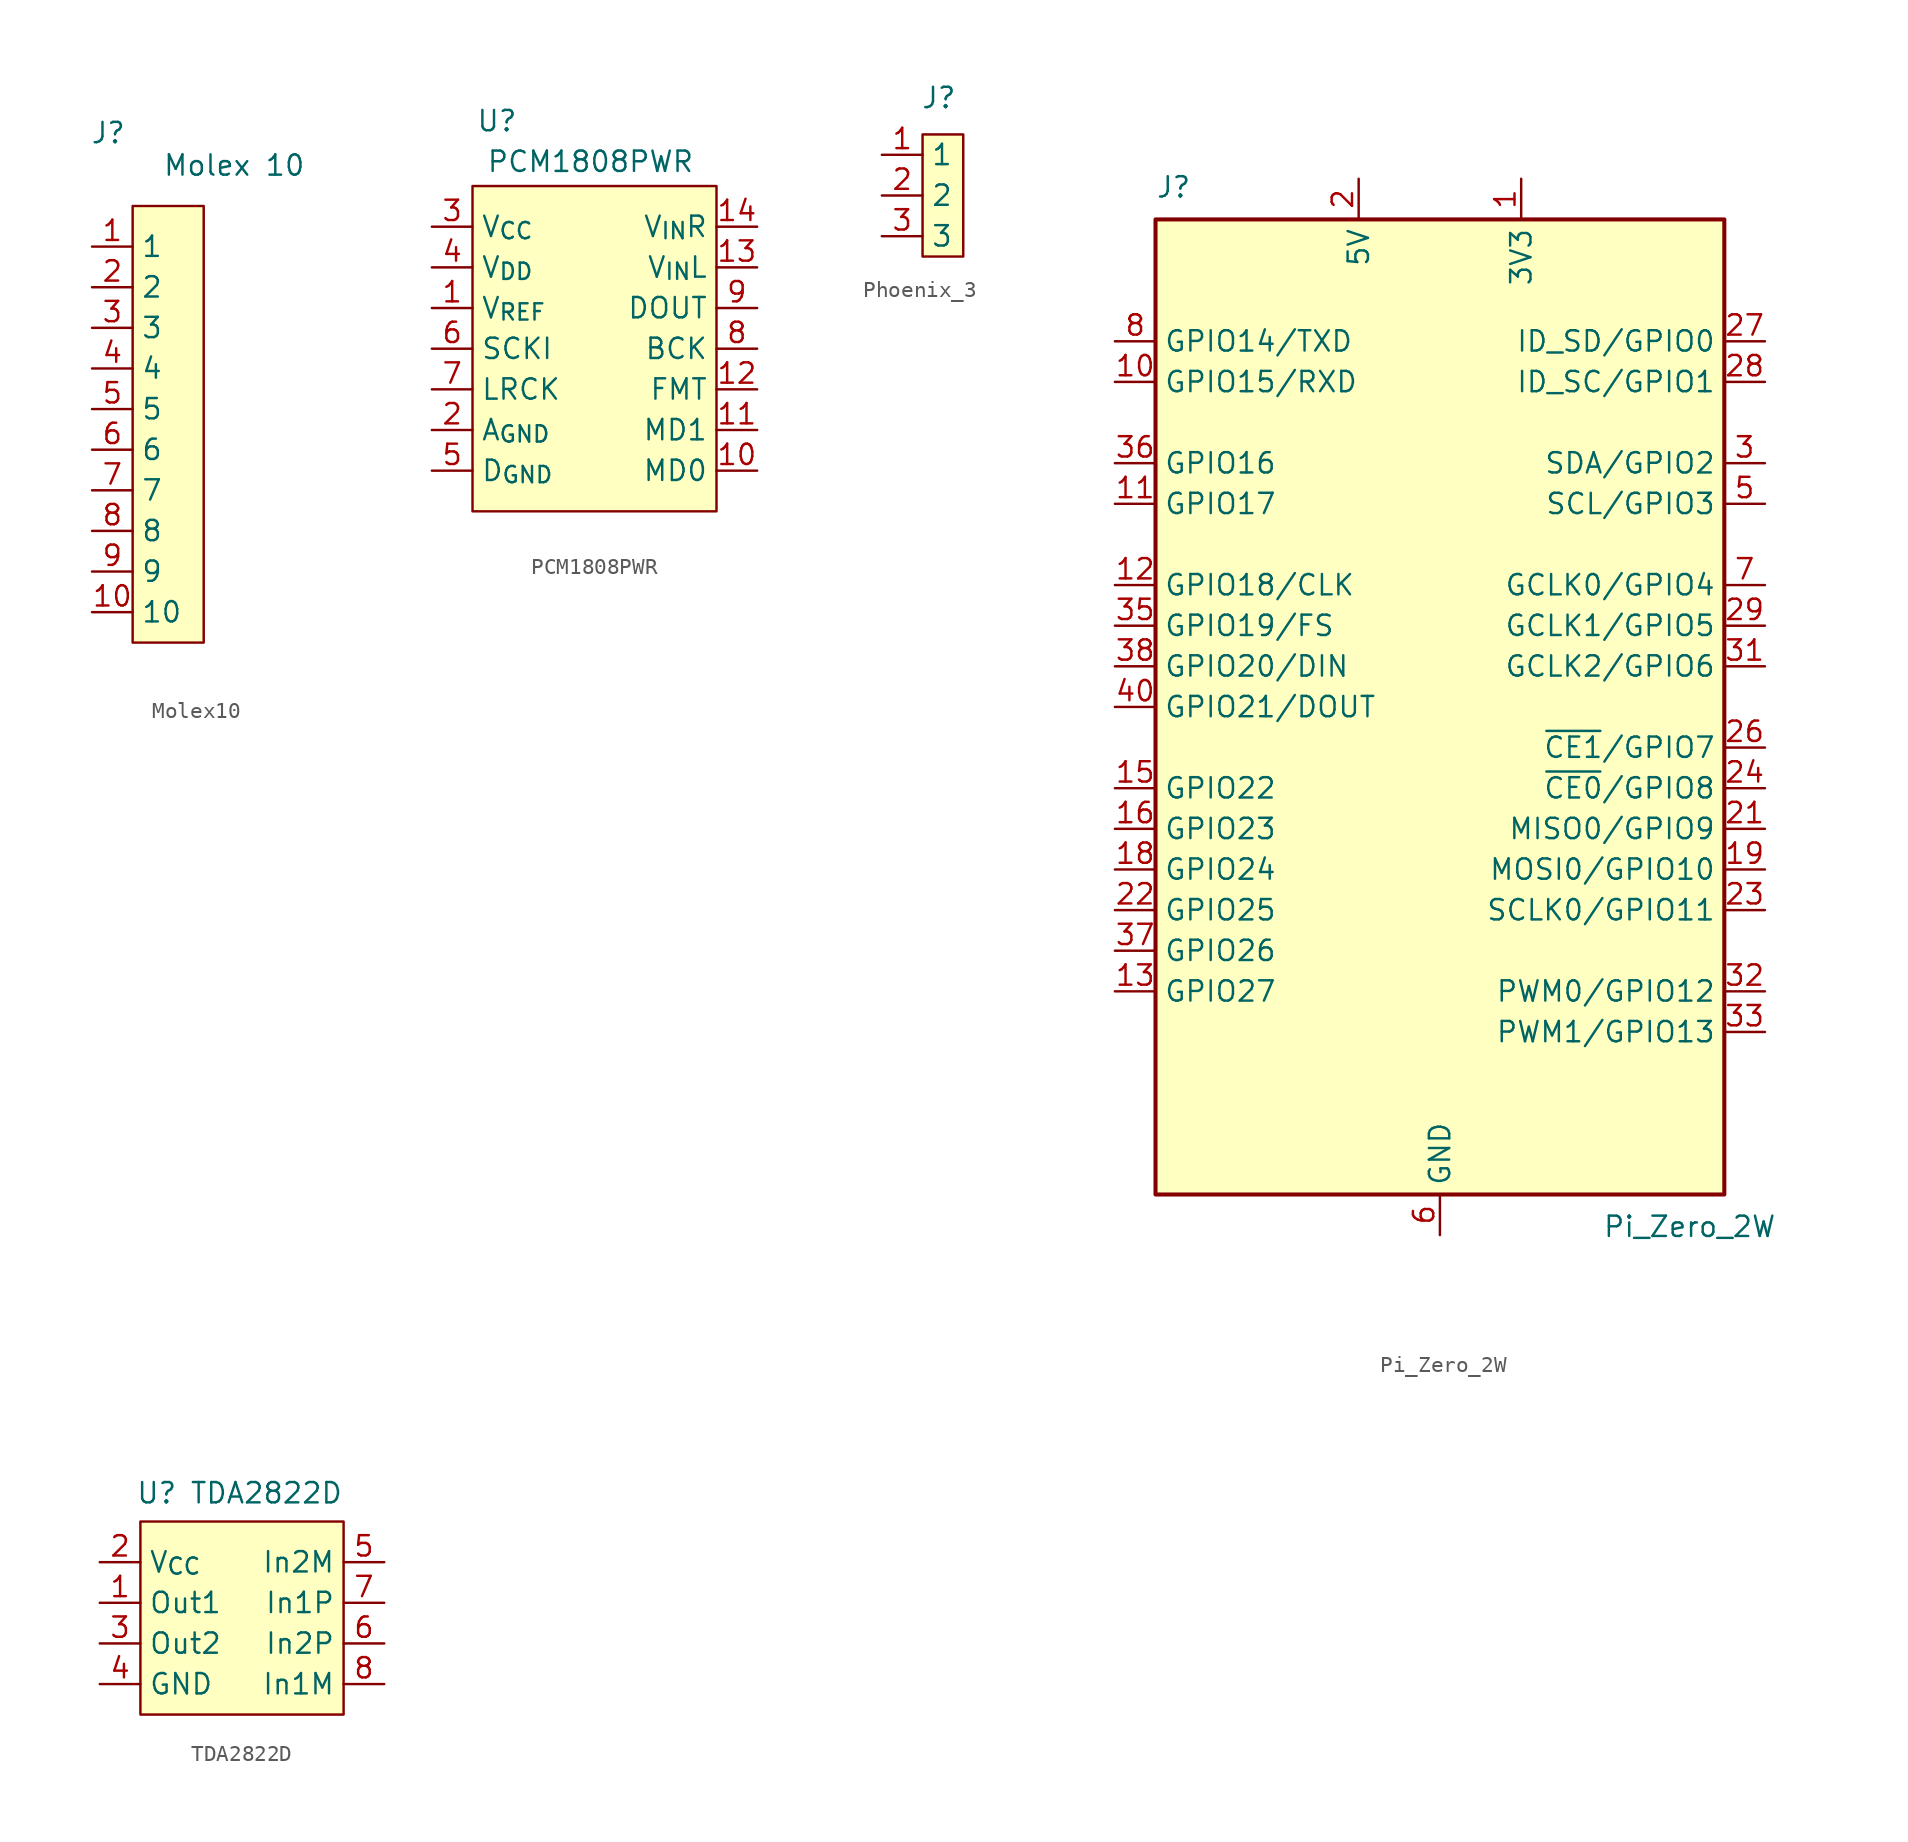
<source format=kicad_sym>
(kicad_symbol_lib
  (version 20241209)
  (generator "kicad_symbol_editor")
  (generator_version "9.0")
  (symbol "Molex10"
    (property "Reference" "J"
      (at -2.794 18.542 0)
      (effects (font (size 1.27 1.27))))
    (property "Value" "Molex 10"
      (at 5.08 16.51 0)
      (effects (font (size 1.27 1.27))))
    (symbol "Molex10_1_1"
      (rectangle (start -1.27 13.97) (end 3.175 -13.335) (stroke (width 0) (type solid)) (fill (type background)))
      (pin passive line (at -3.81 11.43 0) (length 2.54) (name "1" (effects (font (size 1.27 1.27)))) (number "1" (effects (font (size 1.27 1.27)))))
      (pin passive line (at -3.81 8.89 0) (length 2.54) (name "2" (effects (font (size 1.27 1.27)))) (number "2" (effects (font (size 1.27 1.27)))))
      (pin passive line (at -3.81 6.35 0) (length 2.54) (name "3" (effects (font (size 1.27 1.27)))) (number "3" (effects (font (size 1.27 1.27)))))
      (pin passive line (at -3.81 3.81 0) (length 2.54) (name "4" (effects (font (size 1.27 1.27)))) (number "4" (effects (font (size 1.27 1.27)))))
      (pin passive line (at -3.81 1.27 0) (length 2.54) (name "5" (effects (font (size 1.27 1.27)))) (number "5" (effects (font (size 1.27 1.27)))))
      (pin passive line (at -3.81 -1.27 0) (length 2.54) (name "6" (effects (font (size 1.27 1.27)))) (number "6" (effects (font (size 1.27 1.27)))))
      (pin passive line (at -3.81 -3.81 0) (length 2.54) (name "7" (effects (font (size 1.27 1.27)))) (number "7" (effects (font (size 1.27 1.27)))))
      (pin passive line (at -3.81 -6.35 0) (length 2.54) (name "8" (effects (font (size 1.27 1.27)))) (number "8" (effects (font (size 1.27 1.27)))))
      (pin passive line (at -3.81 -8.89 0) (length 2.54) (name "9" (effects (font (size 1.27 1.27)))) (number "9" (effects (font (size 1.27 1.27)))))
      (pin passive line (at -3.81 -11.43 0) (length 2.54) (name "10" (effects (font (size 1.27 1.27)))) (number "10" (effects (font (size 1.27 1.27)))))))
  (symbol "PCM1808PWR"
    (property "Reference" "U"
      (at -6.096 14.224 0)
      (effects (font (size 1.27 1.27))))
    (property "Value" "PCM1808PWR"
      (at -0.254 11.684 0)
      (effects (font (size 1.27 1.27))))
    (symbol "PCM1808PWR_1_1"
      (rectangle (start -7.62 10.16) (end 7.62 -10.16) (stroke (width 0) (type solid)) (fill (type background)))
      (pin passive line (at -10.16 7.62 0) (length 2.54) (name "V_{CC}" (effects (font (size 1.27 1.27)))) (number "3" (effects (font (size 1.27 1.27)))))
      (pin passive line (at -10.16 5.08 0) (length 2.54) (name "V_{DD}" (effects (font (size 1.27 1.27)))) (number "4" (effects (font (size 1.27 1.27)))))
      (pin passive line (at -10.16 2.54 0) (length 2.54) (name "V_{REF}" (effects (font (size 1.27 1.27)))) (number "1" (effects (font (size 1.27 1.27)))))
      (pin passive line (at -10.16 0 0) (length 2.54) (name "SCKI" (effects (font (size 1.27 1.27)))) (number "6" (effects (font (size 1.27 1.27)))))
      (pin passive line (at -10.16 -2.54 0) (length 2.54) (name "LRCK" (effects (font (size 1.27 1.27)))) (number "7" (effects (font (size 1.27 1.27)))))
      (pin passive line (at -10.16 -5.08 0) (length 2.54) (name "A_{GND}" (effects (font (size 1.27 1.27)))) (number "2" (effects (font (size 1.27 1.27)))))
      (pin passive line (at -10.16 -7.62 0) (length 2.54) (name "D_{GND}" (effects (font (size 1.27 1.27)))) (number "5" (effects (font (size 1.27 1.27)))))
      (pin passive line (at 10.16 7.62 180) (length 2.54) (name "V_{IN}R" (effects (font (size 1.27 1.27)))) (number "14" (effects (font (size 1.27 1.27)))))
      (pin passive line (at 10.16 5.08 180) (length 2.54) (name "V_{IN}L" (effects (font (size 1.27 1.27)))) (number "13" (effects (font (size 1.27 1.27)))))
      (pin passive line (at 10.16 2.54 180) (length 2.54) (name "DOUT" (effects (font (size 1.27 1.27)))) (number "9" (effects (font (size 1.27 1.27)))))
      (pin passive line (at 10.16 0 180) (length 2.54) (name "BCK" (effects (font (size 1.27 1.27)))) (number "8" (effects (font (size 1.27 1.27)))))
      (pin passive line (at 10.16 -2.54 180) (length 2.54) (name "FMT" (effects (font (size 1.27 1.27)))) (number "12" (effects (font (size 1.27 1.27)))))
      (pin passive line (at 10.16 -5.08 180) (length 2.54) (name "MD1" (effects (font (size 1.27 1.27)))) (number "11" (effects (font (size 1.27 1.27)))))
      (pin passive line (at 10.16 -7.62 180) (length 2.54) (name "MD0" (effects (font (size 1.27 1.27)))) (number "10" (effects (font (size 1.27 1.27)))))))
  (symbol "Phoenix_3"
    (property "Reference" "J"
      (at 1.016 6.096 0)
      (effects (font (size 1.27 1.27))))
    (property "Value" ""
      (at 0 0 0)
      (effects (font (size 1.27 1.27))))
    (symbol "Phoenix_3_1_1"
      (rectangle (start 0 3.81) (end 2.54 -3.81) (stroke (width 0) (type solid)) (fill (type background)))
      (pin passive line (at -2.54 2.54 0) (length 2.54) (name "1" (effects (font (size 1.27 1.27)))) (number "1" (effects (font (size 1.27 1.27)))))
      (pin passive line (at -2.54 0 0) (length 2.54) (name "2" (effects (font (size 1.27 1.27)))) (number "2" (effects (font (size 1.27 1.27)))))
      (pin passive line (at -2.54 -2.54 0) (length 2.54) (name "3" (effects (font (size 1.27 1.27)))) (number "3" (effects (font (size 1.27 1.27)))))))
  (symbol "Pi_Zero_2W"
    (property "Reference" "J"
      (at -17.78 31.75 0)
      (effects (font (size 1.27 1.27)) (justify left bottom)))
    (property "Value" "Pi_Zero_2W"
      (at 10.16 -31.75 0)
      (effects (font (size 1.27 1.27)) (justify left top)))
    (symbol "Pi_Zero_2W_0_1"
      (rectangle (start -17.78 30.48) (end 17.78 -30.48) (stroke (width 0.254) (type default)) (fill (type background))))
    (symbol "Pi_Zero_2W_1_1"
      (pin bidirectional line (at -20.32 22.86 0) (length 2.54) (name "GPIO14/TXD" (effects (font (size 1.27 1.27)))) (number "8" (effects (font (size 1.27 1.27)))))
      (pin bidirectional line (at -20.32 20.32 0) (length 2.54) (name "GPIO15/RXD" (effects (font (size 1.27 1.27)))) (number "10" (effects (font (size 1.27 1.27)))))
      (pin bidirectional line (at -20.32 15.24 0) (length 2.54) (name "GPIO16" (effects (font (size 1.27 1.27)))) (number "36" (effects (font (size 1.27 1.27)))))
      (pin bidirectional line (at -20.32 12.7 0) (length 2.54) (name "GPIO17" (effects (font (size 1.27 1.27)))) (number "11" (effects (font (size 1.27 1.27)))))
      (pin bidirectional line (at -20.32 7.62 0) (length 2.54) (name "GPIO18/CLK" (effects (font (size 1.27 1.27)))) (number "12" (effects (font (size 1.27 1.27)))))
      (pin bidirectional line (at -20.32 5.08 0) (length 2.54) (name "GPIO19/FS" (effects (font (size 1.27 1.27)))) (number "35" (effects (font (size 1.27 1.27)))))
      (pin bidirectional line (at -20.32 2.54 0) (length 2.54) (name "GPIO20/DIN" (effects (font (size 1.27 1.27)))) (number "38" (effects (font (size 1.27 1.27)))))
      (pin bidirectional line (at -20.32 0 0) (length 2.54) (name "GPIO21/DOUT" (effects (font (size 1.27 1.27)))) (number "40" (effects (font (size 1.27 1.27)))))
      (pin bidirectional line (at -20.32 -5.08 0) (length 2.54) (name "GPIO22" (effects (font (size 1.27 1.27)))) (number "15" (effects (font (size 1.27 1.27)))))
      (pin bidirectional line (at -20.32 -7.62 0) (length 2.54) (name "GPIO23" (effects (font (size 1.27 1.27)))) (number "16" (effects (font (size 1.27 1.27)))))
      (pin bidirectional line (at -20.32 -10.16 0) (length 2.54) (name "GPIO24" (effects (font (size 1.27 1.27)))) (number "18" (effects (font (size 1.27 1.27)))))
      (pin bidirectional line (at -20.32 -12.7 0) (length 2.54) (name "GPIO25" (effects (font (size 1.27 1.27)))) (number "22" (effects (font (size 1.27 1.27)))))
      (pin bidirectional line (at -20.32 -15.24 0) (length 2.54) (name "GPIO26" (effects (font (size 1.27 1.27)))) (number "37" (effects (font (size 1.27 1.27)))))
      (pin bidirectional line (at -20.32 -17.78 0) (length 2.54) (name "GPIO27" (effects (font (size 1.27 1.27)))) (number "13" (effects (font (size 1.27 1.27)))))
      (pin power_in line (at -5.08 33.02 270) (length 2.54) (name "5V" (effects (font (size 1.27 1.27)))) (number "2" (effects (font (size 1.27 1.27)))))
      (pin passive line (at -5.08 33.02 270) (length 2.54) (hide yes) (name "5V" (effects (font (size 1.27 1.27)))) (number "4" (effects (font (size 1.27 1.27)))))
      (pin passive line (at 0 -33.02 90) (length 2.54) (hide yes) (name "GND" (effects (font (size 1.27 1.27)))) (number "14" (effects (font (size 1.27 1.27)))))
      (pin passive line (at 0 -33.02 90) (length 2.54) (hide yes) (name "GND" (effects (font (size 1.27 1.27)))) (number "20" (effects (font (size 1.27 1.27)))))
      (pin passive line (at 0 -33.02 90) (length 2.54) (hide yes) (name "GND" (effects (font (size 1.27 1.27)))) (number "25" (effects (font (size 1.27 1.27)))))
      (pin passive line (at 0 -33.02 90) (length 2.54) (hide yes) (name "GND" (effects (font (size 1.27 1.27)))) (number "30" (effects (font (size 1.27 1.27)))))
      (pin passive line (at 0 -33.02 90) (length 2.54) (hide yes) (name "GND" (effects (font (size 1.27 1.27)))) (number "34" (effects (font (size 1.27 1.27)))))
      (pin passive line (at 0 -33.02 90) (length 2.54) (hide yes) (name "GND" (effects (font (size 1.27 1.27)))) (number "39" (effects (font (size 1.27 1.27)))))
      (pin power_in line (at 0 -33.02 90) (length 2.54) (name "GND" (effects (font (size 1.27 1.27)))) (number "6" (effects (font (size 1.27 1.27)))))
      (pin passive line (at 0 -33.02 90) (length 2.54) (hide yes) (name "GND" (effects (font (size 1.27 1.27)))) (number "9" (effects (font (size 1.27 1.27)))))
      (pin power_in line (at 5.08 33.02 270) (length 2.54) (name "3V3" (effects (font (size 1.27 1.27)))) (number "1" (effects (font (size 1.27 1.27)))))
      (pin passive line (at 5.08 33.02 270) (length 2.54) (hide yes) (name "3V3" (effects (font (size 1.27 1.27)))) (number "17" (effects (font (size 1.27 1.27)))))
      (pin bidirectional line (at 20.32 22.86 180) (length 2.54) (name "ID_SD/GPIO0" (effects (font (size 1.27 1.27)))) (number "27" (effects (font (size 1.27 1.27)))))
      (pin bidirectional line (at 20.32 20.32 180) (length 2.54) (name "ID_SC/GPIO1" (effects (font (size 1.27 1.27)))) (number "28" (effects (font (size 1.27 1.27)))))
      (pin bidirectional line (at 20.32 15.24 180) (length 2.54) (name "SDA/GPIO2" (effects (font (size 1.27 1.27)))) (number "3" (effects (font (size 1.27 1.27)))))
      (pin bidirectional line (at 20.32 12.7 180) (length 2.54) (name "SCL/GPIO3" (effects (font (size 1.27 1.27)))) (number "5" (effects (font (size 1.27 1.27)))))
      (pin bidirectional line (at 20.32 7.62 180) (length 2.54) (name "GCLK0/GPIO4" (effects (font (size 1.27 1.27)))) (number "7" (effects (font (size 1.27 1.27)))))
      (pin bidirectional line (at 20.32 5.08 180) (length 2.54) (name "GCLK1/GPIO5" (effects (font (size 1.27 1.27)))) (number "29" (effects (font (size 1.27 1.27)))))
      (pin bidirectional line (at 20.32 2.54 180) (length 2.54) (name "GCLK2/GPIO6" (effects (font (size 1.27 1.27)))) (number "31" (effects (font (size 1.27 1.27)))))
      (pin bidirectional line (at 20.32 -2.54 180) (length 2.54) (name "~{CE1}/GPIO7" (effects (font (size 1.27 1.27)))) (number "26" (effects (font (size 1.27 1.27)))))
      (pin bidirectional line (at 20.32 -5.08 180) (length 2.54) (name "~{CE0}/GPIO8" (effects (font (size 1.27 1.27)))) (number "24" (effects (font (size 1.27 1.27)))))
      (pin bidirectional line (at 20.32 -7.62 180) (length 2.54) (name "MISO0/GPIO9" (effects (font (size 1.27 1.27)))) (number "21" (effects (font (size 1.27 1.27)))))
      (pin bidirectional line (at 20.32 -10.16 180) (length 2.54) (name "MOSI0/GPIO10" (effects (font (size 1.27 1.27)))) (number "19" (effects (font (size 1.27 1.27)))))
      (pin bidirectional line (at 20.32 -12.7 180) (length 2.54) (name "SCLK0/GPIO11" (effects (font (size 1.27 1.27)))) (number "23" (effects (font (size 1.27 1.27)))))
      (pin bidirectional line (at 20.32 -17.78 180) (length 2.54) (name "PWM0/GPIO12" (effects (font (size 1.27 1.27)))) (number "32" (effects (font (size 1.27 1.27)))))
      (pin bidirectional line (at 20.32 -20.32 180) (length 2.54) (name "PWM1/GPIO13" (effects (font (size 1.27 1.27)))) (number "33" (effects (font (size 1.27 1.27)))))))
  (symbol "TDA2822D"
    (property "Reference" "U"
      (at -5.334 8.128 0)
      (effects (font (size 1.27 1.27))))
    (property "Value" "TDA2822D"
      (at 1.524 8.128 0)
      (effects (font (size 1.27 1.27))))
    (symbol "TDA2822D_1_1"
      (rectangle (start -6.35 6.35) (end 6.35 -5.715) (stroke (width 0) (type solid)) (fill (type background)))
      (pin passive line (at -8.89 3.81 0) (length 2.54) (name "V_{CC}" (effects (font (size 1.27 1.27)))) (number "2" (effects (font (size 1.27 1.27)))))
      (pin passive line (at -8.89 1.27 0) (length 2.54) (name "Out1" (effects (font (size 1.27 1.27)))) (number "1" (effects (font (size 1.27 1.27)))))
      (pin passive line (at -8.89 -1.27 0) (length 2.54) (name "Out2" (effects (font (size 1.27 1.27)))) (number "3" (effects (font (size 1.27 1.27)))))
      (pin passive line (at -8.89 -3.81 0) (length 2.54) (name "GND" (effects (font (size 1.27 1.27)))) (number "4" (effects (font (size 1.27 1.27)))))
      (pin passive line (at 8.89 3.81 180) (length 2.54) (name "In2M" (effects (font (size 1.27 1.27)))) (number "5" (effects (font (size 1.27 1.27)))))
      (pin passive line (at 8.89 1.27 180) (length 2.54) (name "In1P" (effects (font (size 1.27 1.27)))) (number "7" (effects (font (size 1.27 1.27)))))
      (pin passive line (at 8.89 -1.27 180) (length 2.54) (name "In2P" (effects (font (size 1.27 1.27)))) (number "6" (effects (font (size 1.27 1.27)))))
      (pin passive line (at 8.89 -3.81 180) (length 2.54) (name "In1M" (effects (font (size 1.27 1.27)))) (number "8" (effects (font (size 1.27 1.27))))))))
</source>
